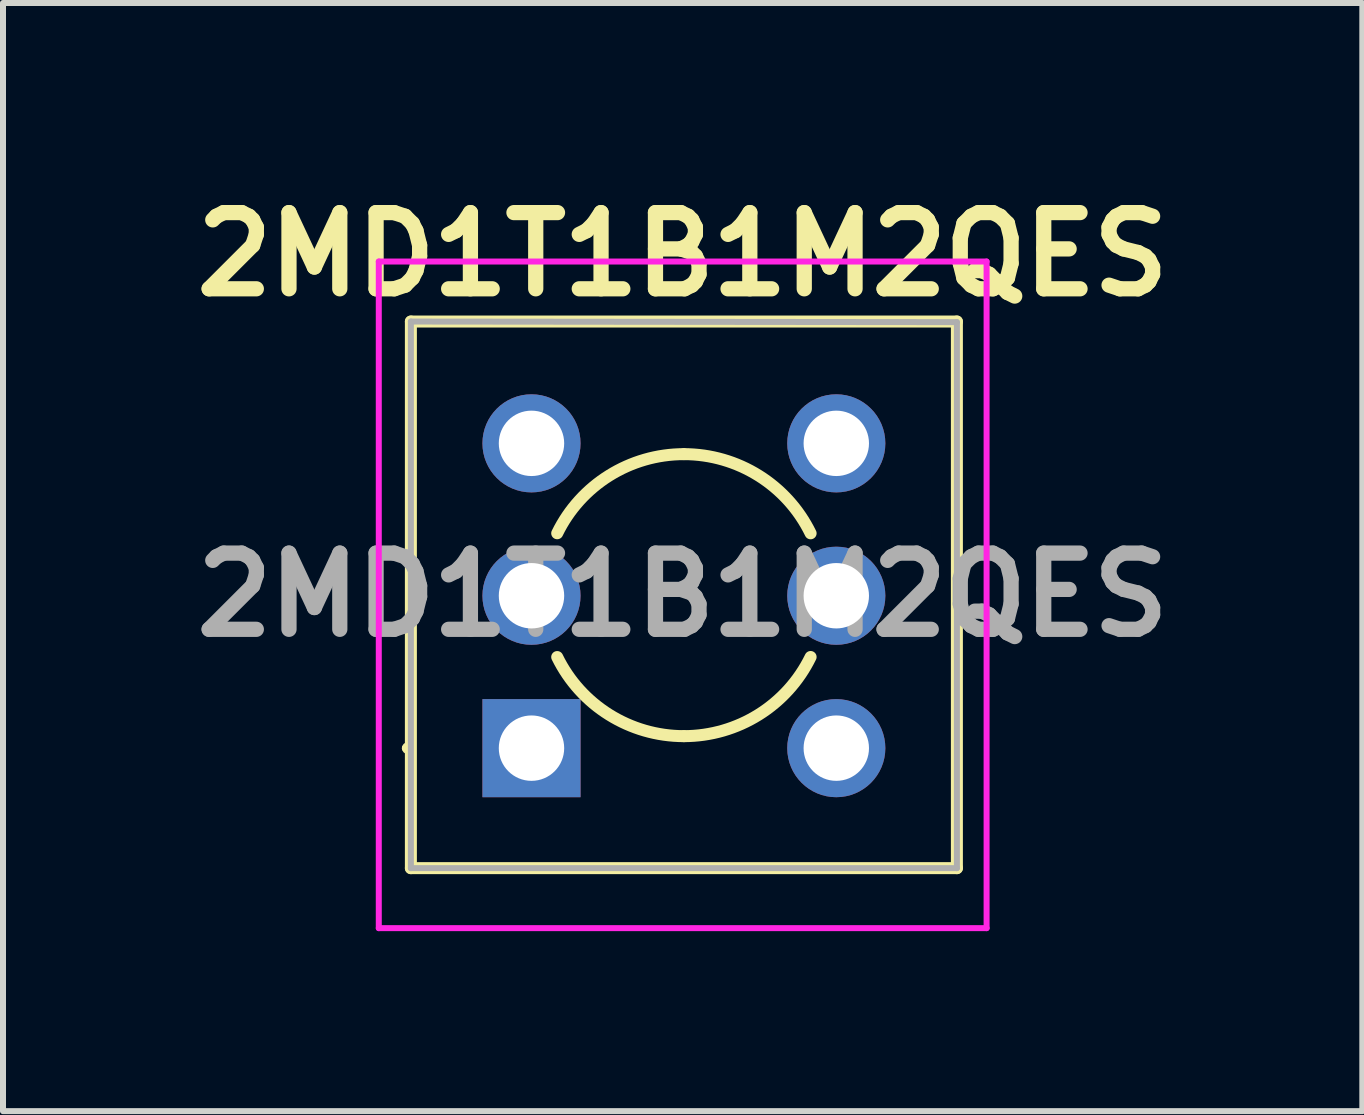
<source format=kicad_pcb>
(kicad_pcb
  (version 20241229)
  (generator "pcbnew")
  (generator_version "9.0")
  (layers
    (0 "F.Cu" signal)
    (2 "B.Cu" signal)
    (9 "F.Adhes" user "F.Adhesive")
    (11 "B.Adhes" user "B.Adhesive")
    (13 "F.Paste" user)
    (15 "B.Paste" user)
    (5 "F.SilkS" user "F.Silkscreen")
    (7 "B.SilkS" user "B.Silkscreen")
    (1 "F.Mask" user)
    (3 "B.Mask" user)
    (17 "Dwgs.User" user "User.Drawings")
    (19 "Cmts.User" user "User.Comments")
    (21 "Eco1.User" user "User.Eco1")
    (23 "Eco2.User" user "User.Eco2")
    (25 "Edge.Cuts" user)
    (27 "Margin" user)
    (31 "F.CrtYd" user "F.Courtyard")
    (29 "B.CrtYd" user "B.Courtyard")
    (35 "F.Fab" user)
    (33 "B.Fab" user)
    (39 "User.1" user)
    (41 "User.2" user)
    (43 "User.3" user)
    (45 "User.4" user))
  (footprint "2MD1T1B1M2QES"
    (layer "F.Cu")
    (at 8.348 6.869)
    (property "Reference" "2MD1T1B1M2QES" (at -0.02 -5.68 0) (layer "F.SilkS") (effects (font (size 1.27 1.27) (thickness 0.254))))
    (attr through_hole)
    (fp_line (start -4.65 2.55) (end -4.65 2.55) (stroke (width 0.1) (type solid)) (layer "F.SilkS"))
    (fp_line (start -4.55 -4.56) (end 4.55 -4.56) (stroke (width 0.2) (type solid)) (layer "F.SilkS"))
    (fp_line (start -4.55 2.55) (end -4.55 2.55) (stroke (width 0.1) (type solid)) (layer "F.SilkS"))
    (fp_line (start -4.55 4.55) (end -4.55 -4.56) (stroke (width 0.2) (type solid)) (layer "F.SilkS"))
    (fp_line (start 4.55 -4.56) (end 4.55 4.55) (stroke (width 0.2) (type solid)) (layer "F.SilkS"))
    (fp_line (start 4.55 4.55) (end -4.55 4.55) (stroke (width 0.2) (type solid)) (layer "F.SilkS"))
    (fp_arc (start -4.65 2.55) (mid -4.6 2.5) (end -4.55 2.55) (stroke (width 0.1) (type solid)) (layer "F.SilkS"))
    (fp_arc (start -4.55 2.55) (mid -4.6 2.6) (end -4.65 2.55) (stroke (width 0.1) (type solid)) (layer "F.SilkS"))
    (fp_arc (start -2.111414 -1.031713) (mid -1.244583 -1.993367) (end 0 -2.35) (stroke (width 0.2) (type solid)) (layer "F.SilkS"))
    (fp_arc (start 0 -2.35) (mid 1.245018 -1.993095) (end 2.111864 -1.030791) (stroke (width 0.2) (type solid)) (layer "F.SilkS"))
    (fp_arc (start 0 2.35) (mid -1.244583 1.993367) (end -2.111414 1.031713) (stroke (width 0.2) (type solid)) (layer "F.SilkS"))
    (fp_arc (start 2.111864 1.030791) (mid 1.245018 1.993095) (end 0 2.35) (stroke (width 0.2) (type solid)) (layer "F.SilkS"))
    (fp_line (start -5.085 -5.56) (end 5.045 -5.56) (stroke (width 0.1) (type solid)) (layer "F.CrtYd"))
    (fp_line (start -5.085 5.55) (end -5.085 -5.56) (stroke (width 0.1) (type solid)) (layer "F.CrtYd"))
    (fp_line (start 5.045 -5.56) (end 5.045 5.55) (stroke (width 0.1) (type solid)) (layer "F.CrtYd"))
    (fp_line (start 5.045 5.55) (end -5.085 5.55) (stroke (width 0.1) (type solid)) (layer "F.CrtYd"))
    (fp_line (start -4.55 -4.56) (end 4.55 -4.55) (stroke (width 0.1) (type solid)) (layer "F.Fab"))
    (fp_line (start -4.55 4.55) (end -4.55 -4.56) (stroke (width 0.1) (type solid)) (layer "F.Fab"))
    (fp_line (start 4.55 -4.55) (end 4.55 4.55) (stroke (width 0.1) (type solid)) (layer "F.Fab"))
    (fp_line (start 4.55 4.55) (end -4.55 4.55) (stroke (width 0.1) (type solid)) (layer "F.Fab"))
    (fp_text user "${REFERENCE}" (at -0.02 -0.005 0) (layer "F.Fab") (effects (font (size 1.27 1.27) (thickness 0.254))))
    (pad "1" thru_hole rect (at -2.54 2.55) (size 1.635 1.635) (drill 1.09) (layers "*.Cu" "*.Mask"))
    (pad "2" thru_hole circle (at -2.54 0.01) (size 1.635 1.635) (drill 1.09) (layers "*.Cu" "*.Mask"))
    (pad "3" thru_hole circle (at -2.54 -2.53) (size 1.635 1.635) (drill 1.09) (layers "*.Cu" "*.Mask"))
    (pad "4" thru_hole circle (at 2.54 2.55) (size 1.635 1.635) (drill 1.09) (layers "*.Cu" "*.Mask"))
    (pad "5" thru_hole circle (at 2.54 0.01) (size 1.635 1.635) (drill 1.09) (layers "*.Cu" "*.Mask"))
    (pad "6" thru_hole circle (at 2.54 -2.53) (size 1.635 1.635) (drill 1.09) (layers "*.Cu" "*.Mask")))
  (gr_rect
    (start -3 -3)
    (end 19.655 15.469)
    (stroke (width 0.1) (type default))
    (fill no)
    (layer "Edge.Cuts")))
</source>
